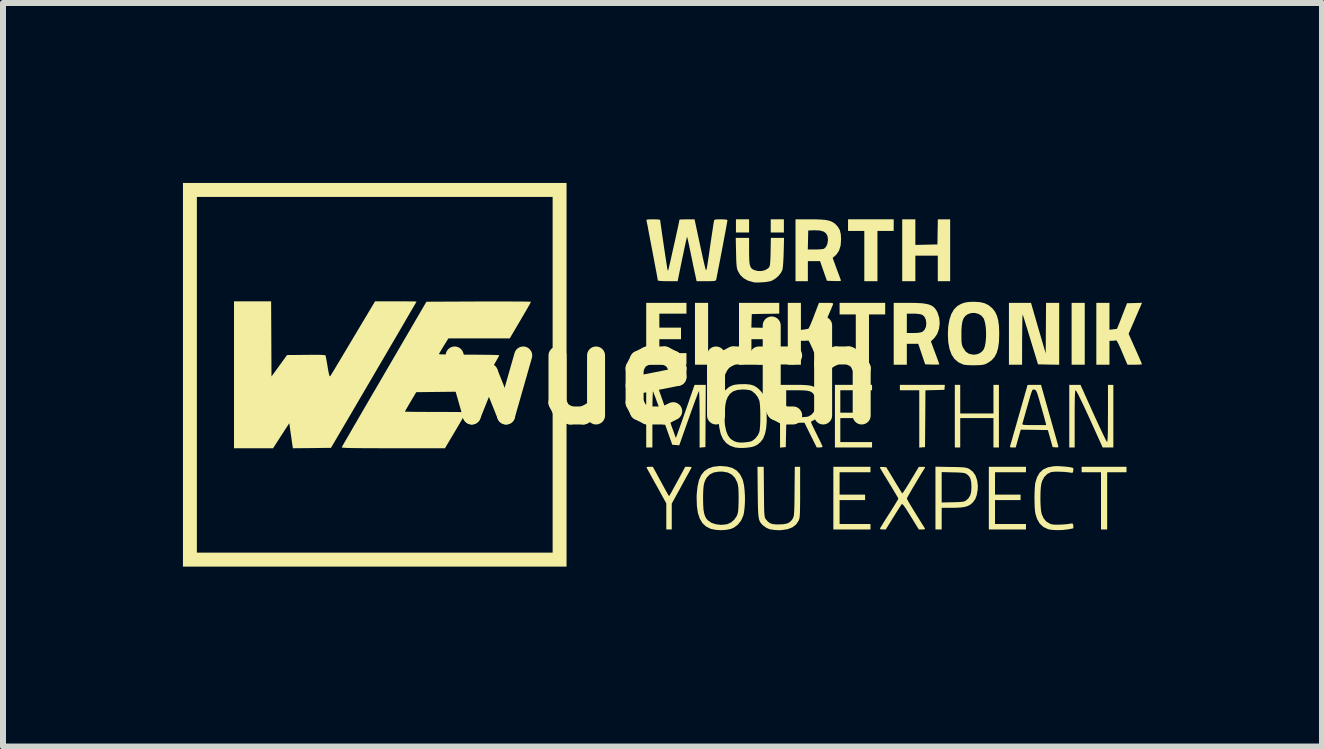
<source format=kicad_pcb>
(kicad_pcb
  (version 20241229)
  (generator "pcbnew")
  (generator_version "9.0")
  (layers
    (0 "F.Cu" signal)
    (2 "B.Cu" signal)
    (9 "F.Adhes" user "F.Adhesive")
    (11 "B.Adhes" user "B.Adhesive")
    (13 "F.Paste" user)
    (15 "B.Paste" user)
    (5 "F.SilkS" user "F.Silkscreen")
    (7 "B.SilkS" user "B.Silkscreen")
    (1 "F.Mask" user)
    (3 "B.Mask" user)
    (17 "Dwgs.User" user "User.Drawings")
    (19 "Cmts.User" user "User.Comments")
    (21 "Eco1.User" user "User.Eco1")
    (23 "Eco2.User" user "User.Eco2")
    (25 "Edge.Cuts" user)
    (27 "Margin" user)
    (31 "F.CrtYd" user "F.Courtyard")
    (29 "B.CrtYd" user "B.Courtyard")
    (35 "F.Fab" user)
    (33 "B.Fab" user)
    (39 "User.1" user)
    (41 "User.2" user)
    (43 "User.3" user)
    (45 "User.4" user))
  (footprint "wuerth"
    (layer "F.Cu")
    (at 7.994 3.198)
    (property "Reference" "wuerth" (at 0 0 0) (layer "F.SilkS") (effects (font (size 1.5 1.5) (thickness 0.3))))
    (attr board_only exclude_from_pos_files exclude_from_bom)
    (fp_poly (pts (xy 1.444 -2.482) (xy 1.444 -2.372) (xy 1.334 -2.372) (xy 1.225 -2.372) (xy 1.225 -2.482) (xy 1.225 -2.592) (xy 1.334 -2.592) (xy 1.444 -2.592)) (stroke (width 0) (type solid)) (fill yes) (layer "F.SilkS"))
    (fp_poly (pts (xy 2.024 -2.482) (xy 2.024 -2.372) (xy 1.915 -2.372) (xy 1.805 -2.372) (xy 1.805 -2.482) (xy 1.805 -2.592) (xy 1.915 -2.592) (xy 2.024 -2.592)) (stroke (width 0) (type solid)) (fill yes) (layer "F.SilkS"))
    (fp_poly (pts (xy 7.04 -0.683) (xy 7.04 -0.168) (xy 6.93 -0.168) (xy 6.821 -0.168) (xy 6.821 -0.683) (xy 6.821 -1.199) (xy 6.93 -1.199) (xy 7.04 -1.199)) (stroke (width 0) (type solid)) (fill yes) (layer "F.SilkS"))
    (fp_poly (pts (xy 0.761 -0.78) (xy 0.761 -0.361) (xy 0.948 -0.361) (xy 1.135 -0.361) (xy 1.135 -0.264) (xy 1.135 -0.168) (xy 0.838 -0.168) (xy 0.542 -0.168) (xy 0.542 -0.683) (xy 0.542 -1.199) (xy 0.651 -1.199) (xy 0.761 -1.199)) (stroke (width 0) (type solid)) (fill yes) (layer "F.SilkS"))
    (fp_poly (pts (xy 3.713 -1.102) (xy 3.713 -1.006) (xy 3.578 -1.006) (xy 3.443 -1.006) (xy 3.443 -0.587) (xy 3.443 -0.168) (xy 3.333 -0.168) (xy 3.223 -0.168) (xy 3.223 -0.587) (xy 3.223 -1.006) (xy 3.088 -1.006) (xy 2.953 -1.006) (xy 2.953 -1.102) (xy 2.953 -1.199) (xy 3.333 -1.199) (xy 3.713 -1.199)) (stroke (width 0) (type solid)) (fill yes) (layer "F.SilkS"))
    (fp_poly (pts (xy 3.855 -2.495) (xy 3.855 -2.398) (xy 3.72 -2.398) (xy 3.584 -2.398) (xy 3.584 -1.979) (xy 3.584 -1.56) (xy 3.475 -1.56) (xy 3.365 -1.56) (xy 3.365 -1.979) (xy 3.365 -2.398) (xy 3.23 -2.398) (xy 3.094 -2.398) (xy 3.094 -2.495) (xy 3.094 -2.592) (xy 3.475 -2.592) (xy 3.855 -2.592)) (stroke (width 0) (type solid)) (fill yes) (layer "F.SilkS"))
    (fp_poly (pts (xy 4.704 0.21) (xy 4.7 0.251) (xy 4.542 0.255) (xy 4.384 0.259) (xy 4.381 0.732) (xy 4.377 1.206) (xy 4.329 1.21) (xy 4.281 1.214) (xy 4.281 0.736) (xy 4.281 0.258) (xy 4.119 0.258) (xy 3.958 0.258) (xy 3.958 0.213) (xy 3.958 0.168) (xy 4.333 0.168) (xy 4.708 0.168)) (stroke (width 0) (type solid)) (fill yes) (layer "F.SilkS"))
    (fp_poly (pts (xy 7.736 1.579) (xy 7.736 1.625) (xy 7.575 1.625) (xy 7.414 1.625) (xy 7.414 2.102) (xy 7.414 2.579) (xy 7.362 2.579) (xy 7.311 2.579) (xy 7.311 2.102) (xy 7.311 1.625) (xy 7.149 1.625) (xy 6.988 1.625) (xy 6.988 1.579) (xy 6.988 1.534) (xy 7.362 1.534) (xy 7.736 1.534)) (stroke (width 0) (type solid)) (fill yes) (layer "F.SilkS"))
    (fp_poly (pts (xy -1.599 0) (xy -1.599 3.198) (xy -4.796 3.198) (xy -7.994 3.198) (xy -7.994 0) (xy -7.762 0) (xy -7.762 2.965) (xy -4.796 2.965) (xy -1.831 2.965) (xy -1.831 0) (xy -1.831 -2.965) (xy -4.796 -2.965) (xy -7.762 -2.965) (xy -7.762 0) (xy -7.994 0) (xy -7.994 -3.198) (xy -4.796 -3.198) (xy -1.599 -3.198)) (stroke (width 0) (type solid)) (fill yes) (layer "F.SilkS"))
    (fp_poly (pts (xy 0.4 -1.109) (xy 0.4 -1.019) (xy 0.174 -1.019) (xy -0.052 -1.019) (xy -0.052 -0.903) (xy -0.052 -0.786) (xy 0.129 -0.786) (xy 0.309 -0.786) (xy 0.309 -0.69) (xy 0.309 -0.593) (xy 0.129 -0.593) (xy -0.052 -0.593) (xy -0.052 -0.477) (xy -0.052 -0.361) (xy 0.174 -0.361) (xy 0.4 -0.361) (xy 0.4 -0.264) (xy 0.4 -0.168) (xy 0.064 -0.168) (xy -0.271 -0.168) (xy -0.271 -0.683) (xy -0.271 -1.199) (xy 0.064 -1.199) (xy 0.4 -1.199)) (stroke (width 0) (type solid)) (fill yes) (layer "F.SilkS"))
    (fp_poly (pts (xy 1.947 -1.109) (xy 1.947 -1.019) (xy 1.718 -1.016) (xy 1.489 -1.012) (xy 1.485 -0.9) (xy 1.482 -0.787) (xy 1.666 -0.784) (xy 1.85 -0.78) (xy 1.854 -0.687) (xy 1.858 -0.593) (xy 1.67 -0.593) (xy 1.483 -0.593) (xy 1.483 -0.477) (xy 1.483 -0.362) (xy 1.712 -0.358) (xy 1.94 -0.355) (xy 1.944 -0.261) (xy 1.948 -0.168) (xy 1.612 -0.168) (xy 1.276 -0.168) (xy 1.276 -0.683) (xy 1.276 -1.199) (xy 1.612 -1.199) (xy 1.947 -1.199)) (stroke (width 0) (type solid)) (fill yes) (layer "F.SilkS"))
    (fp_poly (pts (xy 3.468 1.579) (xy 3.468 1.625) (xy 3.21 1.625) (xy 2.953 1.625) (xy 2.953 1.812) (xy 2.953 1.998) (xy 3.165 1.998) (xy 3.378 1.998) (xy 3.378 2.044) (xy 3.378 2.089) (xy 3.165 2.089) (xy 2.953 2.089) (xy 2.953 2.289) (xy 2.953 2.488) (xy 3.21 2.488) (xy 3.468 2.488) (xy 3.468 2.534) (xy 3.468 2.579) (xy 3.159 2.579) (xy 2.849 2.579) (xy 2.849 2.056) (xy 2.849 1.534) (xy 3.159 1.534) (xy 3.468 1.534)) (stroke (width 0) (type solid)) (fill yes) (layer "F.SilkS"))
    (fp_poly (pts (xy 3.494 0.213) (xy 3.494 0.258) (xy 3.23 0.258) (xy 2.965 0.258) (xy 2.965 0.445) (xy 2.965 0.632) (xy 3.185 0.632) (xy 3.404 0.632) (xy 3.404 0.677) (xy 3.404 0.722) (xy 3.185 0.722) (xy 2.965 0.722) (xy 2.965 0.922) (xy 2.965 1.122) (xy 3.23 1.122) (xy 3.494 1.122) (xy 3.494 1.167) (xy 3.494 1.212) (xy 3.185 1.212) (xy 2.875 1.212) (xy 2.875 0.69) (xy 2.875 0.168) (xy 3.185 0.168) (xy 3.494 0.168)) (stroke (width 0) (type solid)) (fill yes) (layer "F.SilkS"))
    (fp_poly (pts (xy 4.216 -2.378) (xy 4.216 -2.165) (xy 4.4 -2.169) (xy 4.584 -2.173) (xy 4.587 -2.382) (xy 4.591 -2.592) (xy 4.694 -2.592) (xy 4.796 -2.592) (xy 4.796 -2.076) (xy 4.796 -1.56) (xy 4.693 -1.56) (xy 4.59 -1.56) (xy 4.59 -1.773) (xy 4.59 -1.986) (xy 4.403 -1.986) (xy 4.216 -1.986) (xy 4.216 -1.773) (xy 4.216 -1.56) (xy 4.107 -1.56) (xy 3.997 -1.56) (xy 3.997 -2.076) (xy 3.997 -2.592) (xy 4.107 -2.592) (xy 4.216 -2.592)) (stroke (width 0) (type solid)) (fill yes) (layer "F.SilkS"))
    (fp_poly (pts (xy 4.964 0.406) (xy 4.964 0.645) (xy 5.241 0.645) (xy 5.518 0.645) (xy 5.518 0.406) (xy 5.518 0.168) (xy 5.564 0.168) (xy 5.609 0.168) (xy 5.609 0.69) (xy 5.609 1.212) (xy 5.564 1.212) (xy 5.518 1.212) (xy 5.518 0.967) (xy 5.518 0.722) (xy 5.241 0.722) (xy 4.964 0.722) (xy 4.964 0.967) (xy 4.964 1.212) (xy 4.919 1.212) (xy 4.874 1.212) (xy 4.874 0.69) (xy 4.874 0.168) (xy 4.919 0.168) (xy 4.964 0.168)) (stroke (width 0) (type solid)) (fill yes) (layer "F.SilkS"))
    (fp_poly (pts (xy 6.06 1.579) (xy 6.06 1.625) (xy 5.802 1.625) (xy 5.544 1.625) (xy 5.544 1.812) (xy 5.544 1.998) (xy 5.757 1.998) (xy 5.97 1.998) (xy 5.97 2.044) (xy 5.97 2.089) (xy 5.757 2.089) (xy 5.544 2.089) (xy 5.544 2.289) (xy 5.544 2.488) (xy 5.802 2.488) (xy 6.06 2.488) (xy 6.06 2.534) (xy 6.06 2.579) (xy 5.75 2.579) (xy 5.441 2.579) (xy 5.441 2.056) (xy 5.441 1.534) (xy 5.75 1.534) (xy 6.06 1.534)) (stroke (width 0) (type solid)) (fill yes) (layer "F.SilkS"))
    (fp_poly (pts (xy 6.614 -0.683) (xy 6.614 -0.167) (xy 6.438 -0.17) (xy 6.261 -0.174) (xy 6.137 -0.58) (xy 6.107 -0.679) (xy 6.079 -0.77) (xy 6.054 -0.85) (xy 6.034 -0.917) (xy 6.018 -0.967) (xy 6.008 -0.998) (xy 6.005 -1.006) (xy 6.004 -0.998) (xy 6.002 -0.967) (xy 6 -0.917) (xy 5.999 -0.848) (xy 5.998 -0.766) (xy 5.997 -0.671) (xy 5.996 -0.596) (xy 5.995 -0.168) (xy 5.886 -0.168) (xy 5.776 -0.168) (xy 5.776 -0.683) (xy 5.776 -1.199) (xy 5.96 -1.199) (xy 6.144 -1.199) (xy 6.266 -0.777) (xy 6.389 -0.356) (xy 6.392 -0.777) (xy 6.395 -1.199) (xy 6.505 -1.199) (xy 6.614 -1.199)) (stroke (width 0) (type solid)) (fill yes) (layer "F.SilkS"))
    (fp_poly (pts (xy -0.027 1.779) (xy 0.012 1.851) (xy 0.047 1.915) (xy 0.076 1.967) (xy 0.097 2.004) (xy 0.109 2.022) (xy 0.11 2.024) (xy 0.117 2.013) (xy 0.135 1.983) (xy 0.161 1.937) (xy 0.193 1.877) (xy 0.231 1.809) (xy 0.247 1.779) (xy 0.38 1.534) (xy 0.436 1.534) (xy 0.468 1.536) (xy 0.485 1.541) (xy 0.486 1.544) (xy 0.479 1.557) (xy 0.461 1.59) (xy 0.434 1.64) (xy 0.399 1.703) (xy 0.359 1.776) (xy 0.318 1.851) (xy 0.155 2.148) (xy 0.155 2.364) (xy 0.155 2.579) (xy 0.11 2.579) (xy 0.064 2.579) (xy 0.064 2.361) (xy 0.064 2.144) (xy -0.088 1.867) (xy -0.132 1.789) (xy -0.172 1.717) (xy -0.206 1.655) (xy -0.233 1.606) (xy -0.251 1.573) (xy -0.257 1.563) (xy -0.264 1.545) (xy -0.259 1.537) (xy -0.235 1.534) (xy -0.216 1.534) (xy -0.16 1.534)) (stroke (width 0) (type solid)) (fill yes) (layer "F.SilkS"))
    (fp_poly (pts (xy 7.517 0.69) (xy 7.517 1.212) (xy 7.428 1.212) (xy 7.339 1.212) (xy 7.123 0.735) (xy 7.073 0.626) (xy 7.027 0.527) (xy 6.985 0.44) (xy 6.95 0.368) (xy 6.922 0.312) (xy 6.901 0.275) (xy 6.89 0.258) (xy 6.889 0.258) (xy 6.884 0.262) (xy 6.881 0.277) (xy 6.878 0.305) (xy 6.876 0.347) (xy 6.874 0.407) (xy 6.873 0.485) (xy 6.872 0.584) (xy 6.872 0.707) (xy 6.872 0.735) (xy 6.872 1.212) (xy 6.827 1.212) (xy 6.782 1.212) (xy 6.782 0.69) (xy 6.782 0.168) (xy 6.875 0.168) (xy 6.969 0.168) (xy 7.182 0.641) (xy 7.229 0.744) (xy 7.273 0.839) (xy 7.313 0.925) (xy 7.348 0.998) (xy 7.376 1.056) (xy 7.397 1.097) (xy 7.409 1.117) (xy 7.411 1.119) (xy 7.415 1.115) (xy 7.418 1.099) (xy 7.421 1.069) (xy 7.423 1.022) (xy 7.425 0.958) (xy 7.426 0.874) (xy 7.426 0.768) (xy 7.427 0.646) (xy 7.427 0.168) (xy 7.472 0.168) (xy 7.517 0.168)) (stroke (width 0) (type solid)) (fill yes) (layer "F.SilkS"))
    (fp_poly (pts (xy 7.977 -1.158) (xy 7.966 -1.132) (xy 7.946 -1.088) (xy 7.921 -1.029) (xy 7.891 -0.961) (xy 7.865 -0.899) (xy 7.771 -0.683) (xy 7.882 -0.434) (xy 7.915 -0.36) (xy 7.945 -0.293) (xy 7.968 -0.238) (xy 7.985 -0.199) (xy 7.993 -0.178) (xy 7.994 -0.176) (xy 7.982 -0.172) (xy 7.95 -0.17) (xy 7.903 -0.168) (xy 7.873 -0.168) (xy 7.752 -0.168) (xy 7.664 -0.374) (xy 7.63 -0.455) (xy 7.603 -0.513) (xy 7.583 -0.551) (xy 7.569 -0.57) (xy 7.559 -0.574) (xy 7.534 -0.569) (xy 7.498 -0.567) (xy 7.496 -0.567) (xy 7.452 -0.567) (xy 7.452 -0.367) (xy 7.452 -0.168) (xy 7.343 -0.168) (xy 7.233 -0.168) (xy 7.233 -0.683) (xy 7.233 -1.199) (xy 7.343 -1.199) (xy 7.452 -1.199) (xy 7.452 -0.975) (xy 7.452 -0.751) (xy 7.514 -0.758) (xy 7.55 -0.762) (xy 7.573 -0.765) (xy 7.577 -0.766) (xy 7.582 -0.778) (xy 7.595 -0.81) (xy 7.615 -0.858) (xy 7.639 -0.919) (xy 7.662 -0.98) (xy 7.745 -1.193) (xy 7.87 -1.196) (xy 7.995 -1.2)) (stroke (width 0) (type solid)) (fill yes) (layer "F.SilkS"))
    (fp_poly (pts (xy 1.444 -2.069) (xy 1.445 -1.973) (xy 1.448 -1.9) (xy 1.454 -1.845) (xy 1.465 -1.806) (xy 1.48 -1.779) (xy 1.502 -1.76) (xy 1.527 -1.747) (xy 1.59 -1.73) (xy 1.655 -1.73) (xy 1.715 -1.746) (xy 1.762 -1.775) (xy 1.779 -1.795) (xy 1.787 -1.813) (xy 1.793 -1.842) (xy 1.797 -1.887) (xy 1.8 -1.95) (xy 1.803 -2.034) (xy 1.803 -2.053) (xy 1.807 -2.282) (xy 1.917 -2.282) (xy 2.027 -2.282) (xy 2.021 -2.04) (xy 2.018 -1.958) (xy 2.014 -1.882) (xy 2.009 -1.818) (xy 2.003 -1.771) (xy 1.999 -1.747) (xy 1.973 -1.696) (xy 1.93 -1.644) (xy 1.877 -1.599) (xy 1.822 -1.568) (xy 1.805 -1.562) (xy 1.76 -1.552) (xy 1.7 -1.544) (xy 1.635 -1.54) (xy 1.574 -1.538) (xy 1.528 -1.541) (xy 1.521 -1.542) (xy 1.426 -1.569) (xy 1.352 -1.61) (xy 1.295 -1.666) (xy 1.259 -1.728) (xy 1.249 -1.751) (xy 1.242 -1.777) (xy 1.237 -1.81) (xy 1.233 -1.855) (xy 1.23 -1.914) (xy 1.228 -1.994) (xy 1.227 -2.034) (xy 1.222 -2.282) (xy 1.333 -2.282) (xy 1.444 -2.282)) (stroke (width 0) (type solid)) (fill yes) (layer "F.SilkS"))
    (fp_poly (pts (xy 2.308 -0.973) (xy 2.308 -0.748) (xy 2.363 -0.755) (xy 2.4 -0.761) (xy 2.427 -0.766) (xy 2.432 -0.767) (xy 2.44 -0.78) (xy 2.457 -0.813) (xy 2.478 -0.862) (xy 2.504 -0.924) (xy 2.527 -0.985) (xy 2.609 -1.199) (xy 2.73 -1.199) (xy 2.786 -1.199) (xy 2.821 -1.197) (xy 2.839 -1.193) (xy 2.845 -1.186) (xy 2.843 -1.174) (xy 2.843 -1.172) (xy 2.835 -1.153) (xy 2.819 -1.113) (xy 2.796 -1.059) (xy 2.767 -0.993) (xy 2.736 -0.92) (xy 2.733 -0.914) (xy 2.632 -0.683) (xy 2.736 -0.454) (xy 2.769 -0.382) (xy 2.798 -0.315) (xy 2.823 -0.259) (xy 2.841 -0.219) (xy 2.85 -0.197) (xy 2.851 -0.196) (xy 2.862 -0.167) (xy 2.737 -0.17) (xy 2.612 -0.174) (xy 2.527 -0.374) (xy 2.499 -0.44) (xy 2.473 -0.496) (xy 2.453 -0.539) (xy 2.438 -0.565) (xy 2.433 -0.571) (xy 2.416 -0.569) (xy 2.382 -0.567) (xy 2.366 -0.567) (xy 2.308 -0.567) (xy 2.308 -0.367) (xy 2.308 -0.168) (xy 2.198 -0.168) (xy 2.089 -0.168) (xy 2.089 -0.683) (xy 2.089 -1.199) (xy 2.198 -1.199) (xy 2.308 -1.199)) (stroke (width 0) (type solid)) (fill yes) (layer "F.SilkS"))
    (fp_poly (pts (xy 4.222 -1.198) (xy 4.318 -1.193) (xy 4.393 -1.183) (xy 4.453 -1.168) (xy 4.499 -1.146) (xy 4.535 -1.117) (xy 4.564 -1.078) (xy 4.587 -1.034) (xy 4.614 -0.948) (xy 4.622 -0.857) (xy 4.611 -0.768) (xy 4.582 -0.685) (xy 4.536 -0.616) (xy 4.519 -0.599) (xy 4.475 -0.557) (xy 4.545 -0.368) (xy 4.569 -0.304) (xy 4.59 -0.247) (xy 4.606 -0.204) (xy 4.614 -0.179) (xy 4.616 -0.173) (xy 4.604 -0.171) (xy 4.572 -0.17) (xy 4.526 -0.17) (xy 4.498 -0.17) (xy 4.38 -0.174) (xy 4.322 -0.345) (xy 4.264 -0.516) (xy 4.169 -0.516) (xy 4.074 -0.516) (xy 4.074 -0.342) (xy 4.074 -0.168) (xy 3.965 -0.168) (xy 3.855 -0.168) (xy 3.855 -0.683) (xy 3.855 -0.857) (xy 4.074 -0.857) (xy 4.074 -0.696) (xy 4.185 -0.696) (xy 4.258 -0.699) (xy 4.31 -0.708) (xy 4.331 -0.715) (xy 4.368 -0.748) (xy 4.392 -0.799) (xy 4.399 -0.857) (xy 4.39 -0.92) (xy 4.366 -0.97) (xy 4.331 -1) (xy 4.292 -1.011) (xy 4.231 -1.018) (xy 4.185 -1.019) (xy 4.074 -1.019) (xy 4.074 -0.857) (xy 3.855 -0.857) (xy 3.855 -1.199) (xy 4.104 -1.199)) (stroke (width 0) (type solid)) (fill yes) (layer "F.SilkS"))
    (fp_poly (pts (xy 4.806 1.537) (xy 4.894 1.538) (xy 4.961 1.54) (xy 5.011 1.543) (xy 5.047 1.547) (xy 5.073 1.553) (xy 5.095 1.56) (xy 5.115 1.57) (xy 5.175 1.616) (xy 5.219 1.68) (xy 5.247 1.761) (xy 5.258 1.854) (xy 5.255 1.918) (xy 5.24 2.004) (xy 5.215 2.072) (xy 5.176 2.126) (xy 5.155 2.146) (xy 5.119 2.173) (xy 5.078 2.192) (xy 5.029 2.205) (xy 4.967 2.213) (xy 4.886 2.217) (xy 4.823 2.218) (xy 4.655 2.218) (xy 4.655 2.398) (xy 4.655 2.579) (xy 4.603 2.579) (xy 4.551 2.579) (xy 4.551 2.055) (xy 4.551 1.876) (xy 4.655 1.876) (xy 4.655 2.129) (xy 4.841 2.125) (xy 4.915 2.123) (xy 4.969 2.12) (xy 5.006 2.116) (xy 5.032 2.111) (xy 5.051 2.102) (xy 5.063 2.094) (xy 5.104 2.056) (xy 5.131 2.01) (xy 5.146 1.953) (xy 5.151 1.877) (xy 5.151 1.87) (xy 5.147 1.793) (xy 5.135 1.736) (xy 5.113 1.694) (xy 5.078 1.66) (xy 5.071 1.655) (xy 5.053 1.646) (xy 5.029 1.638) (xy 4.995 1.633) (xy 4.947 1.63) (xy 4.879 1.627) (xy 4.845 1.627) (xy 4.655 1.622) (xy 4.655 1.876) (xy 4.551 1.876) (xy 4.551 1.532)) (stroke (width 0) (type solid)) (fill yes) (layer "F.SilkS"))
    (fp_poly (pts (xy 2.568 -2.591) (xy 2.654 -2.587) (xy 2.721 -2.581) (xy 2.774 -2.57) (xy 2.817 -2.555) (xy 2.854 -2.534) (xy 2.884 -2.511) (xy 2.928 -2.463) (xy 2.957 -2.41) (xy 2.973 -2.344) (xy 2.978 -2.26) (xy 2.978 -2.256) (xy 2.97 -2.154) (xy 2.944 -2.071) (xy 2.901 -2.005) (xy 2.877 -1.983) (xy 2.837 -1.949) (xy 2.9 -1.777) (xy 2.924 -1.713) (xy 2.945 -1.657) (xy 2.961 -1.613) (xy 2.971 -1.586) (xy 2.973 -1.582) (xy 2.975 -1.571) (xy 2.968 -1.565) (xy 2.949 -1.562) (xy 2.912 -1.562) (xy 2.862 -1.563) (xy 2.742 -1.567) (xy 2.684 -1.731) (xy 2.627 -1.895) (xy 2.525 -1.895) (xy 2.424 -1.895) (xy 2.424 -1.728) (xy 2.424 -1.56) (xy 2.321 -1.56) (xy 2.218 -1.56) (xy 2.218 -2.076) (xy 2.218 -2.089) (xy 2.423 -2.089) (xy 2.547 -2.089) (xy 2.603 -2.09) (xy 2.652 -2.094) (xy 2.686 -2.099) (xy 2.695 -2.102) (xy 2.727 -2.133) (xy 2.749 -2.182) (xy 2.759 -2.243) (xy 2.759 -2.254) (xy 2.751 -2.315) (xy 2.725 -2.36) (xy 2.681 -2.39) (xy 2.617 -2.406) (xy 2.531 -2.409) (xy 2.521 -2.409) (xy 2.43 -2.405) (xy 2.427 -2.247) (xy 2.423 -2.089) (xy 2.218 -2.089) (xy 2.218 -2.592) (xy 2.46 -2.592)) (stroke (width 0) (type solid)) (fill yes) (layer "F.SilkS"))
    (fp_poly (pts (xy -0.179 0.17) (xy -0.087 0.174) (xy 0.067 0.612) (xy 0.102 0.712) (xy 0.134 0.805) (xy 0.163 0.887) (xy 0.188 0.955) (xy 0.206 1.008) (xy 0.219 1.041) (xy 0.223 1.053) (xy 0.228 1.042) (xy 0.24 1.009) (xy 0.259 0.957) (xy 0.283 0.889) (xy 0.312 0.808) (xy 0.345 0.715) (xy 0.38 0.614) (xy 0.381 0.612) (xy 0.535 0.168) (xy 0.629 0.168) (xy 0.722 0.168) (xy 0.719 0.687) (xy 0.716 1.206) (xy 0.667 1.21) (xy 0.619 1.214) (xy 0.619 0.742) (xy 0.619 0.635) (xy 0.618 0.536) (xy 0.617 0.449) (xy 0.615 0.376) (xy 0.613 0.32) (xy 0.611 0.284) (xy 0.609 0.271) (xy 0.609 0.271) (xy 0.603 0.283) (xy 0.589 0.316) (xy 0.569 0.369) (xy 0.543 0.437) (xy 0.513 0.52) (xy 0.479 0.613) (xy 0.443 0.715) (xy 0.44 0.723) (xy 0.28 1.175) (xy 0.222 1.171) (xy 0.164 1.167) (xy 0.007 0.726) (xy -0.029 0.625) (xy -0.062 0.531) (xy -0.093 0.448) (xy -0.118 0.378) (xy -0.139 0.324) (xy -0.152 0.289) (xy -0.158 0.276) (xy -0.16 0.286) (xy -0.162 0.319) (xy -0.164 0.373) (xy -0.166 0.444) (xy -0.167 0.529) (xy -0.167 0.627) (xy -0.168 0.734) (xy -0.168 0.739) (xy -0.168 1.212) (xy -0.219 1.212) (xy -0.271 1.212) (xy -0.271 0.689) (xy -0.271 0.166)) (stroke (width 0) (type solid)) (fill yes) (layer "F.SilkS"))
    (fp_poly (pts (xy 1.692 1.952) (xy 1.693 2.068) (xy 1.694 2.16) (xy 1.695 2.232) (xy 1.697 2.287) (xy 1.7 2.327) (xy 1.703 2.356) (xy 1.707 2.376) (xy 1.712 2.391) (xy 1.719 2.402) (xy 1.722 2.406) (xy 1.755 2.446) (xy 1.789 2.472) (xy 1.829 2.487) (xy 1.883 2.494) (xy 1.938 2.495) (xy 2.018 2.491) (xy 2.078 2.479) (xy 2.123 2.456) (xy 2.158 2.42) (xy 2.172 2.398) (xy 2.179 2.384) (xy 2.185 2.368) (xy 2.19 2.348) (xy 2.193 2.319) (xy 2.196 2.28) (xy 2.198 2.228) (xy 2.2 2.158) (xy 2.201 2.07) (xy 2.202 1.958) (xy 2.202 1.944) (xy 2.206 1.534) (xy 2.251 1.534) (xy 2.295 1.534) (xy 2.295 1.957) (xy 2.295 2.074) (xy 2.294 2.168) (xy 2.293 2.242) (xy 2.292 2.299) (xy 2.289 2.343) (xy 2.286 2.375) (xy 2.282 2.399) (xy 2.276 2.417) (xy 2.271 2.431) (xy 2.228 2.496) (xy 2.165 2.544) (xy 2.083 2.575) (xy 1.982 2.59) (xy 1.935 2.591) (xy 1.877 2.588) (xy 1.821 2.581) (xy 1.779 2.572) (xy 1.732 2.551) (xy 1.687 2.52) (xy 1.677 2.511) (xy 1.655 2.49) (xy 1.638 2.469) (xy 1.624 2.447) (xy 1.613 2.42) (xy 1.605 2.385) (xy 1.599 2.34) (xy 1.595 2.282) (xy 1.592 2.208) (xy 1.59 2.115) (xy 1.589 2) (xy 1.588 1.957) (xy 1.584 1.534) (xy 1.636 1.534) (xy 1.688 1.534)) (stroke (width 0) (type solid)) (fill yes) (layer "F.SilkS"))
    (fp_poly (pts (xy 2.195 0.168) (xy 2.295 0.168) (xy 2.373 0.171) (xy 2.433 0.176) (xy 2.479 0.184) (xy 2.515 0.196) (xy 2.545 0.212) (xy 2.571 0.233) (xy 2.614 0.279) (xy 2.642 0.332) (xy 2.656 0.397) (xy 2.66 0.47) (xy 2.652 0.569) (xy 2.626 0.65) (xy 2.584 0.712) (xy 2.527 0.755) (xy 2.513 0.761) (xy 2.487 0.775) (xy 2.476 0.788) (xy 2.476 0.788) (xy 2.481 0.803) (xy 2.496 0.837) (xy 2.519 0.885) (xy 2.548 0.945) (xy 2.572 0.993) (xy 2.604 1.058) (xy 2.632 1.115) (xy 2.653 1.16) (xy 2.666 1.19) (xy 2.669 1.199) (xy 2.658 1.207) (xy 2.629 1.212) (xy 2.62 1.212) (xy 2.572 1.212) (xy 2.469 1.006) (xy 2.367 0.799) (xy 2.215 0.799) (xy 2.064 0.799) (xy 2.06 1.002) (xy 2.056 1.206) (xy 2.008 1.21) (xy 1.96 1.214) (xy 1.96 0.691) (xy 1.96 0.484) (xy 2.063 0.484) (xy 2.063 0.709) (xy 2.23 0.709) (xy 2.296 0.708) (xy 2.356 0.705) (xy 2.403 0.701) (xy 2.432 0.696) (xy 2.433 0.695) (xy 2.488 0.662) (xy 2.529 0.611) (xy 2.555 0.547) (xy 2.564 0.476) (xy 2.554 0.403) (xy 2.533 0.346) (xy 2.513 0.314) (xy 2.488 0.291) (xy 2.455 0.275) (xy 2.408 0.265) (xy 2.345 0.26) (xy 2.261 0.258) (xy 2.247 0.258) (xy 2.063 0.258) (xy 2.063 0.484) (xy 1.96 0.484) (xy 1.96 0.168)) (stroke (width 0) (type solid)) (fill yes) (layer "F.SilkS"))
    (fp_poly (pts (xy -6.521 -0.598) (xy -6.518 0.028) (xy -6.388 -0.15) (xy -6.259 -0.329) (xy -5.94 -0.332) (xy -5.836 -0.333) (xy -5.756 -0.333) (xy -5.696 -0.332) (xy -5.655 -0.33) (xy -5.629 -0.326) (xy -5.617 -0.322) (xy -5.616 -0.319) (xy -5.612 -0.301) (xy -5.605 -0.263) (xy -5.595 -0.209) (xy -5.584 -0.146) (xy -5.582 -0.13) (xy -5.57 -0.061) (xy -5.56 -0.014) (xy -5.553 0.013) (xy -5.546 0.025) (xy -5.539 0.023) (xy -5.536 0.02) (xy -5.527 0.005) (xy -5.506 -0.03) (xy -5.473 -0.083) (xy -5.432 -0.152) (xy -5.382 -0.235) (xy -5.326 -0.329) (xy -5.264 -0.433) (xy -5.197 -0.545) (xy -5.156 -0.614) (xy -4.791 -1.225) (xy -4.446 -1.225) (xy -4.354 -1.225) (xy -4.272 -1.224) (xy -4.202 -1.223) (xy -4.148 -1.223) (xy -4.113 -1.221) (xy -4.1 -1.22) (xy -4.1 -1.22) (xy -4.106 -1.209) (xy -4.125 -1.176) (xy -4.155 -1.125) (xy -4.196 -1.055) (xy -4.246 -0.969) (xy -4.305 -0.867) (xy -4.372 -0.752) (xy -4.446 -0.625) (xy -4.527 -0.487) (xy -4.613 -0.34) (xy -4.704 -0.185) (xy -4.799 -0.023) (xy -4.813 0.002) (xy -5.526 1.218) (xy -5.844 1.222) (xy -6.161 1.225) (xy -6.17 1.17) (xy -6.175 1.135) (xy -6.182 1.082) (xy -6.191 1.019) (xy -6.2 0.961) (xy -6.221 0.807) (xy -6.357 1.016) (xy -6.492 1.225) (xy -6.817 1.225) (xy -7.143 1.225) (xy -7.143 0) (xy -7.143 -1.225) (xy -6.834 -1.225) (xy -6.524 -1.225)) (stroke (width 0) (type solid)) (fill yes) (layer "F.SilkS"))
    (fp_poly (pts (xy 6.653 1.526) (xy 6.715 1.531) (xy 6.772 1.537) (xy 6.817 1.545) (xy 6.844 1.553) (xy 6.846 1.553) (xy 6.851 1.569) (xy 6.849 1.598) (xy 6.849 1.599) (xy 6.842 1.627) (xy 6.829 1.635) (xy 6.809 1.632) (xy 6.76 1.625) (xy 6.697 1.619) (xy 6.63 1.616) (xy 6.565 1.615) (xy 6.511 1.618) (xy 6.477 1.623) (xy 6.416 1.653) (xy 6.366 1.703) (xy 6.33 1.769) (xy 6.317 1.813) (xy 6.308 1.871) (xy 6.303 1.944) (xy 6.301 2.027) (xy 6.301 2.113) (xy 6.305 2.194) (xy 6.311 2.264) (xy 6.321 2.317) (xy 6.322 2.322) (xy 6.355 2.395) (xy 6.403 2.45) (xy 6.465 2.486) (xy 6.506 2.496) (xy 6.554 2.499) (xy 6.619 2.499) (xy 6.689 2.495) (xy 6.757 2.489) (xy 6.803 2.481) (xy 6.831 2.478) (xy 6.844 2.488) (xy 6.849 2.513) (xy 6.851 2.543) (xy 6.847 2.559) (xy 6.847 2.559) (xy 6.83 2.564) (xy 6.796 2.571) (xy 6.755 2.578) (xy 6.678 2.587) (xy 6.597 2.59) (xy 6.52 2.588) (xy 6.455 2.58) (xy 6.426 2.573) (xy 6.35 2.537) (xy 6.289 2.48) (xy 6.244 2.402) (xy 6.216 2.311) (xy 6.21 2.263) (xy 6.205 2.196) (xy 6.203 2.118) (xy 6.202 2.034) (xy 6.204 1.952) (xy 6.208 1.878) (xy 6.213 1.82) (xy 6.216 1.8) (xy 6.245 1.706) (xy 6.288 1.633) (xy 6.348 1.578) (xy 6.425 1.543) (xy 6.52 1.525) (xy 6.542 1.524) (xy 6.593 1.523)) (stroke (width 0) (type solid)) (fill yes) (layer "F.SilkS"))
    (fp_poly (pts (xy 1.08 1.53) (xy 1.168 1.555) (xy 1.24 1.599) (xy 1.295 1.662) (xy 1.336 1.745) (xy 1.343 1.769) (xy 1.359 1.837) (xy 1.369 1.924) (xy 1.375 2.021) (xy 1.375 2.121) (xy 1.369 2.216) (xy 1.359 2.298) (xy 1.348 2.346) (xy 1.311 2.43) (xy 1.257 2.499) (xy 1.189 2.549) (xy 1.136 2.571) (xy 1.058 2.586) (xy 0.97 2.591) (xy 0.884 2.585) (xy 0.808 2.569) (xy 0.802 2.567) (xy 0.728 2.53) (xy 0.668 2.475) (xy 0.623 2.4) (xy 0.591 2.306) (xy 0.574 2.191) (xy 0.57 2.063) (xy 0.677 2.063) (xy 0.679 2.166) (xy 0.684 2.248) (xy 0.695 2.311) (xy 0.711 2.361) (xy 0.734 2.401) (xy 0.76 2.429) (xy 0.817 2.468) (xy 0.89 2.492) (xy 0.972 2.502) (xy 1.056 2.495) (xy 1.089 2.487) (xy 1.145 2.46) (xy 1.197 2.415) (xy 1.236 2.359) (xy 1.252 2.32) (xy 1.261 2.277) (xy 1.266 2.21) (xy 1.269 2.122) (xy 1.27 2.063) (xy 1.269 1.979) (xy 1.267 1.916) (xy 1.263 1.868) (xy 1.256 1.83) (xy 1.247 1.797) (xy 1.246 1.794) (xy 1.209 1.719) (xy 1.156 1.664) (xy 1.087 1.629) (xy 1.002 1.614) (xy 0.935 1.615) (xy 0.854 1.629) (xy 0.792 1.659) (xy 0.745 1.705) (xy 0.738 1.714) (xy 0.716 1.752) (xy 0.7 1.792) (xy 0.688 1.84) (xy 0.682 1.901) (xy 0.678 1.978) (xy 0.677 2.063) (xy 0.57 2.063) (xy 0.569 2.055) (xy 0.571 1.992) (xy 0.584 1.864) (xy 0.608 1.758) (xy 0.645 1.674) (xy 0.696 1.609) (xy 0.762 1.563) (xy 0.843 1.534) (xy 0.942 1.522) (xy 0.973 1.521)) (stroke (width 0) (type solid)) (fill yes) (layer "F.SilkS"))
    (fp_poly (pts (xy 5.196 -1.217) (xy 5.294 -1.211) (xy 5.373 -1.192) (xy 5.439 -1.159) (xy 5.497 -1.11) (xy 5.505 -1.102) (xy 5.546 -1.048) (xy 5.576 -0.985) (xy 5.597 -0.909) (xy 5.61 -0.816) (xy 5.614 -0.703) (xy 5.614 -0.677) (xy 5.61 -0.552) (xy 5.596 -0.448) (xy 5.572 -0.364) (xy 5.536 -0.296) (xy 5.488 -0.242) (xy 5.427 -0.2) (xy 5.395 -0.183) (xy 5.366 -0.172) (xy 5.333 -0.165) (xy 5.291 -0.161) (xy 5.232 -0.159) (xy 5.209 -0.159) (xy 5.131 -0.159) (xy 5.067 -0.162) (xy 5.022 -0.169) (xy 5.013 -0.171) (xy 4.933 -0.209) (xy 4.868 -0.264) (xy 4.819 -0.338) (xy 4.785 -0.432) (xy 4.764 -0.546) (xy 4.758 -0.677) (xy 4.758 -0.683) (xy 4.984 -0.683) (xy 4.984 -0.611) (xy 4.985 -0.56) (xy 4.989 -0.522) (xy 4.995 -0.493) (xy 5.005 -0.466) (xy 5.016 -0.445) (xy 5.056 -0.386) (xy 5.11 -0.35) (xy 5.177 -0.336) (xy 5.19 -0.335) (xy 5.237 -0.341) (xy 5.282 -0.356) (xy 5.286 -0.358) (xy 5.323 -0.384) (xy 5.352 -0.418) (xy 5.354 -0.421) (xy 5.374 -0.472) (xy 5.387 -0.541) (xy 5.394 -0.622) (xy 5.395 -0.708) (xy 5.39 -0.792) (xy 5.378 -0.867) (xy 5.36 -0.928) (xy 5.356 -0.937) (xy 5.319 -0.984) (xy 5.268 -1.015) (xy 5.207 -1.031) (xy 5.144 -1.029) (xy 5.084 -1.007) (xy 5.082 -1.005) (xy 5.046 -0.977) (xy 5.019 -0.94) (xy 5.001 -0.89) (xy 4.99 -0.823) (xy 4.984 -0.737) (xy 4.984 -0.683) (xy 4.758 -0.683) (xy 4.764 -0.806) (xy 4.784 -0.919) (xy 4.816 -1.014) (xy 4.859 -1.089) (xy 4.913 -1.143) (xy 4.916 -1.146) (xy 4.973 -1.179) (xy 5.03 -1.201) (xy 5.095 -1.213) (xy 5.175 -1.217)) (stroke (width 0) (type solid)) (fill yes) (layer "F.SilkS"))
    (fp_poly (pts (xy 1.466 0.164) (xy 1.525 0.182) (xy 1.575 0.212) (xy 1.618 0.25) (xy 1.656 0.293) (xy 1.685 0.336) (xy 1.706 0.385) (xy 1.721 0.445) (xy 1.731 0.52) (xy 1.736 0.614) (xy 1.737 0.642) (xy 1.738 0.777) (xy 1.729 0.891) (xy 1.71 0.984) (xy 1.68 1.06) (xy 1.637 1.119) (xy 1.583 1.165) (xy 1.537 1.189) (xy 1.488 1.204) (xy 1.423 1.214) (xy 1.35 1.22) (xy 1.278 1.219) (xy 1.217 1.213) (xy 1.213 1.212) (xy 1.13 1.184) (xy 1.063 1.138) (xy 1.01 1.073) (xy 0.972 0.989) (xy 0.948 0.883) (xy 0.941 0.824) (xy 0.937 0.744) (xy 1.036 0.744) (xy 1.04 0.822) (xy 1.043 0.845) (xy 1.063 0.94) (xy 1.093 1.014) (xy 1.135 1.068) (xy 1.191 1.105) (xy 1.242 1.123) (xy 1.287 1.129) (xy 1.345 1.129) (xy 1.405 1.124) (xy 1.459 1.115) (xy 1.493 1.104) (xy 1.545 1.065) (xy 1.589 1.009) (xy 1.614 0.958) (xy 1.621 0.923) (xy 1.626 0.868) (xy 1.63 0.8) (xy 1.631 0.723) (xy 1.631 0.644) (xy 1.629 0.568) (xy 1.625 0.502) (xy 1.619 0.451) (xy 1.614 0.429) (xy 1.587 0.37) (xy 1.546 0.317) (xy 1.498 0.276) (xy 1.474 0.262) (xy 1.44 0.254) (xy 1.39 0.247) (xy 1.338 0.245) (xy 1.248 0.253) (xy 1.177 0.277) (xy 1.123 0.319) (xy 1.083 0.38) (xy 1.063 0.433) (xy 1.05 0.493) (xy 1.041 0.571) (xy 1.036 0.657) (xy 1.036 0.744) (xy 0.937 0.744) (xy 0.936 0.728) (xy 0.937 0.627) (xy 0.944 0.53) (xy 0.957 0.443) (xy 0.967 0.397) (xy 0.998 0.325) (xy 1.046 0.259) (xy 1.104 0.208) (xy 1.128 0.194) (xy 1.171 0.175) (xy 1.217 0.164) (xy 1.277 0.158) (xy 1.301 0.157) (xy 1.393 0.156)) (stroke (width 0) (type solid)) (fill yes) (layer "F.SilkS"))
    (fp_poly (pts (xy 6.311 0.168) (xy 6.45 0.661) (xy 6.481 0.77) (xy 6.51 0.873) (xy 6.536 0.965) (xy 6.559 1.045) (xy 6.577 1.11) (xy 6.59 1.156) (xy 6.596 1.181) (xy 6.597 1.184) (xy 6.6 1.203) (xy 6.591 1.211) (xy 6.563 1.21) (xy 6.555 1.21) (xy 6.505 1.206) (xy 6.465 1.064) (xy 6.425 0.922) (xy 6.199 0.918) (xy 5.973 0.915) (xy 5.931 1.063) (xy 5.889 1.212) (xy 5.838 1.212) (xy 5.806 1.211) (xy 5.794 1.204) (xy 5.795 1.187) (xy 5.796 1.185) (xy 5.802 1.166) (xy 5.813 1.127) (xy 5.83 1.069) (xy 5.85 0.998) (xy 5.874 0.915) (xy 5.9 0.825) (xy 5.9 0.824) (xy 6 0.824) (xy 6.006 0.83) (xy 6.022 0.834) (xy 6.053 0.837) (xy 6.1 0.838) (xy 6.17 0.838) (xy 6.195 0.838) (xy 6.397 0.838) (xy 6.389 0.803) (xy 6.383 0.78) (xy 6.371 0.736) (xy 6.355 0.677) (xy 6.335 0.606) (xy 6.313 0.527) (xy 6.307 0.509) (xy 6.283 0.423) (xy 6.264 0.359) (xy 6.249 0.312) (xy 6.237 0.282) (xy 6.227 0.263) (xy 6.217 0.253) (xy 6.207 0.249) (xy 6.199 0.247) (xy 6.189 0.246) (xy 6.181 0.246) (xy 6.173 0.249) (xy 6.165 0.259) (xy 6.157 0.279) (xy 6.146 0.31) (xy 6.132 0.355) (xy 6.114 0.417) (xy 6.091 0.498) (xy 6.061 0.602) (xy 6.06 0.606) (xy 6.041 0.673) (xy 6.024 0.733) (xy 6.011 0.78) (xy 6.002 0.809) (xy 6 0.816) (xy 6 0.824) (xy 5.9 0.824) (xy 5.927 0.729) (xy 5.955 0.632) (xy 5.982 0.536) (xy 6.008 0.445) (xy 6.032 0.362) (xy 6.052 0.29) (xy 6.069 0.232) (xy 6.08 0.192) (xy 6.085 0.172) (xy 6.086 0.171) (xy 6.098 0.169) (xy 6.129 0.168) (xy 6.175 0.168) (xy 6.199 0.168)) (stroke (width 0) (type solid)) (fill yes) (layer "F.SilkS"))
    (fp_poly (pts (xy 4.365 1.535) (xy 4.378 1.54) (xy 4.375 1.552) (xy 4.368 1.563) (xy 4.332 1.621) (xy 4.292 1.686) (xy 4.25 1.756) (xy 4.208 1.827) (xy 4.168 1.894) (xy 4.133 1.955) (xy 4.104 2.005) (xy 4.084 2.042) (xy 4.075 2.061) (xy 4.074 2.063) (xy 4.081 2.078) (xy 4.099 2.112) (xy 4.127 2.16) (xy 4.163 2.22) (xy 4.205 2.288) (xy 4.22 2.313) (xy 4.264 2.383) (xy 4.303 2.446) (xy 4.336 2.499) (xy 4.361 2.538) (xy 4.374 2.56) (xy 4.376 2.563) (xy 4.375 2.573) (xy 4.354 2.578) (xy 4.329 2.579) (xy 4.274 2.579) (xy 4.139 2.36) (xy 4.09 2.282) (xy 4.053 2.224) (xy 4.026 2.185) (xy 4.007 2.163) (xy 3.995 2.155) (xy 3.99 2.157) (xy 3.978 2.172) (xy 3.956 2.206) (xy 3.925 2.254) (xy 3.888 2.313) (xy 3.849 2.376) (xy 3.723 2.579) (xy 3.672 2.579) (xy 3.637 2.576) (xy 3.626 2.567) (xy 3.627 2.563) (xy 3.635 2.547) (xy 3.655 2.514) (xy 3.685 2.465) (xy 3.723 2.405) (xy 3.766 2.337) (xy 3.783 2.311) (xy 3.827 2.241) (xy 3.866 2.179) (xy 3.897 2.127) (xy 3.92 2.089) (xy 3.931 2.068) (xy 3.932 2.065) (xy 3.926 2.051) (xy 3.908 2.019) (xy 3.88 1.972) (xy 3.844 1.912) (xy 3.803 1.844) (xy 3.783 1.811) (xy 3.739 1.739) (xy 3.699 1.674) (xy 3.666 1.619) (xy 3.642 1.578) (xy 3.628 1.554) (xy 3.626 1.55) (xy 3.629 1.539) (xy 3.65 1.536) (xy 3.675 1.537) (xy 3.731 1.541) (xy 3.861 1.756) (xy 3.901 1.823) (xy 3.938 1.882) (xy 3.967 1.93) (xy 3.988 1.963) (xy 3.997 1.977) (xy 3.998 1.978) (xy 4.006 1.969) (xy 4.025 1.942) (xy 4.054 1.898) (xy 4.089 1.842) (xy 4.129 1.777) (xy 4.139 1.76) (xy 4.274 1.535) (xy 4.33 1.535)) (stroke (width 0) (type solid)) (fill yes) (layer "F.SilkS"))
    (fp_poly (pts (xy -2.647 -1.222) (xy -2.53 -1.222) (xy -2.426 -1.221) (xy -2.339 -1.221) (xy -2.27 -1.22) (xy -2.222 -1.219) (xy -2.196 -1.217) (xy -2.192 -1.217) (xy -2.198 -1.204) (xy -2.216 -1.171) (xy -2.243 -1.123) (xy -2.279 -1.061) (xy -2.321 -0.989) (xy -2.367 -0.91) (xy -2.369 -0.907) (xy -2.546 -0.606) (xy -3.058 -0.606) (xy -3.569 -0.606) (xy -3.648 -0.479) (xy -3.679 -0.428) (xy -3.704 -0.386) (xy -3.721 -0.356) (xy -3.726 -0.344) (xy -3.714 -0.342) (xy -3.678 -0.34) (xy -3.623 -0.339) (xy -3.549 -0.337) (xy -3.461 -0.336) (xy -3.362 -0.336) (xy -3.252 -0.335) (xy -3.223 -0.335) (xy -3.112 -0.335) (xy -3.01 -0.334) (xy -2.919 -0.333) (xy -2.841 -0.332) (xy -2.781 -0.33) (xy -2.74 -0.328) (xy -2.721 -0.326) (xy -2.721 -0.325) (xy -2.727 -0.312) (xy -2.744 -0.279) (xy -2.772 -0.231) (xy -2.807 -0.169) (xy -2.848 -0.096) (xy -2.893 -0.019) (xy -3.066 0.277) (xy -3.585 0.284) (xy -4.105 0.29) (xy -4.199 0.449) (xy -4.233 0.506) (xy -4.261 0.555) (xy -4.282 0.592) (xy -4.293 0.611) (xy -4.294 0.614) (xy -4.281 0.615) (xy -4.246 0.616) (xy -4.19 0.617) (xy -4.117 0.618) (xy -4.028 0.618) (xy -3.928 0.619) (xy -3.819 0.619) (xy -3.784 0.619) (xy -3.672 0.619) (xy -3.569 0.62) (xy -3.477 0.62) (xy -3.399 0.621) (xy -3.338 0.623) (xy -3.296 0.624) (xy -3.276 0.625) (xy -3.275 0.626) (xy -3.281 0.638) (xy -3.299 0.67) (xy -3.327 0.718) (xy -3.362 0.779) (xy -3.404 0.851) (xy -3.45 0.929) (xy -3.626 1.225) (xy -4.49 1.225) (xy -4.666 1.225) (xy -4.818 1.224) (xy -4.948 1.224) (xy -5.056 1.223) (xy -5.144 1.222) (xy -5.215 1.221) (xy -5.268 1.219) (xy -5.307 1.217) (xy -5.332 1.215) (xy -5.345 1.212) (xy -5.347 1.209) (xy -5.34 1.196) (xy -5.321 1.162) (xy -5.29 1.108) (xy -5.249 1.037) (xy -5.198 0.95) (xy -5.139 0.847) (xy -5.071 0.731) (xy -4.997 0.603) (xy -4.916 0.464) (xy -4.83 0.316) (xy -4.739 0.161) (xy -4.645 -0.001) (xy -4.638 -0.013) (xy -3.935 -1.218) (xy -3.064 -1.222) (xy -2.916 -1.222) (xy -2.777 -1.222)) (stroke (width 0) (type solid)) (fill yes) (layer "F.SilkS"))
    (fp_poly (pts (xy 1.031 -2.59) (xy 1.065 -2.587) (xy 1.081 -2.58) (xy 1.083 -2.575) (xy 1.081 -2.559) (xy 1.074 -2.521) (xy 1.064 -2.464) (xy 1.051 -2.393) (xy 1.035 -2.31) (xy 1.018 -2.218) (xy 1 -2.122) (xy 0.981 -2.024) (xy 0.963 -1.928) (xy 0.945 -1.837) (xy 0.929 -1.755) (xy 0.916 -1.685) (xy 0.905 -1.63) (xy 0.898 -1.595) (xy 0.895 -1.583) (xy 0.889 -1.573) (xy 0.876 -1.567) (xy 0.852 -1.563) (xy 0.812 -1.561) (xy 0.752 -1.56) (xy 0.728 -1.56) (xy 0.569 -1.56) (xy 0.549 -1.654) (xy 0.54 -1.695) (xy 0.527 -1.756) (xy 0.511 -1.831) (xy 0.494 -1.916) (xy 0.475 -2.003) (xy 0.472 -2.022) (xy 0.455 -2.103) (xy 0.44 -2.174) (xy 0.427 -2.233) (xy 0.417 -2.276) (xy 0.411 -2.299) (xy 0.41 -2.302) (xy 0.407 -2.291) (xy 0.399 -2.257) (xy 0.387 -2.205) (xy 0.372 -2.137) (xy 0.355 -2.055) (xy 0.336 -1.964) (xy 0.329 -1.933) (xy 0.253 -1.56) (xy 0.088 -1.56) (xy 0.021 -1.561) (xy -0.031 -1.564) (xy -0.065 -1.568) (xy -0.077 -1.572) (xy -0.08 -1.587) (xy -0.086 -1.624) (xy -0.096 -1.679) (xy -0.109 -1.749) (xy -0.125 -1.831) (xy -0.142 -1.922) (xy -0.16 -2.018) (xy -0.178 -2.115) (xy -0.197 -2.211) (xy -0.214 -2.302) (xy -0.23 -2.385) (xy -0.243 -2.456) (xy -0.254 -2.512) (xy -0.262 -2.549) (xy -0.265 -2.563) (xy -0.267 -2.576) (xy -0.262 -2.585) (xy -0.246 -2.589) (xy -0.214 -2.591) (xy -0.162 -2.592) (xy -0.155 -2.592) (xy -0.104 -2.591) (xy -0.064 -2.588) (xy -0.042 -2.584) (xy -0.039 -2.582) (xy -0.037 -2.566) (xy -0.032 -2.528) (xy -0.024 -2.473) (xy -0.014 -2.404) (xy -0.003 -2.324) (xy 0.01 -2.237) (xy 0.023 -2.148) (xy 0.036 -2.059) (xy 0.049 -1.974) (xy 0.061 -1.897) (xy 0.071 -1.832) (xy 0.079 -1.782) (xy 0.084 -1.751) (xy 0.086 -1.742) (xy 0.096 -1.742) (xy 0.1 -1.755) (xy 0.108 -1.79) (xy 0.12 -1.843) (xy 0.136 -1.91) (xy 0.153 -1.988) (xy 0.172 -2.073) (xy 0.192 -2.162) (xy 0.212 -2.251) (xy 0.231 -2.337) (xy 0.248 -2.415) (xy 0.263 -2.483) (xy 0.274 -2.536) (xy 0.281 -2.572) (xy 0.284 -2.586) (xy 0.296 -2.589) (xy 0.328 -2.59) (xy 0.375 -2.591) (xy 0.409 -2.592) (xy 0.535 -2.591) (xy 0.624 -2.176) (xy 0.646 -2.076) (xy 0.666 -1.983) (xy 0.684 -1.902) (xy 0.7 -1.835) (xy 0.712 -1.786) (xy 0.72 -1.756) (xy 0.723 -1.749) (xy 0.726 -1.746) (xy 0.73 -1.747) (xy 0.733 -1.755) (xy 0.738 -1.771) (xy 0.743 -1.799) (xy 0.75 -1.841) (xy 0.759 -1.899) (xy 0.771 -1.976) (xy 0.785 -2.074) (xy 0.799 -2.173) (xy 0.813 -2.267) (xy 0.826 -2.355) (xy 0.838 -2.432) (xy 0.847 -2.494) (xy 0.854 -2.538) (xy 0.858 -2.561) (xy 0.858 -2.563) (xy 0.863 -2.577) (xy 0.873 -2.585) (xy 0.895 -2.59) (xy 0.933 -2.591) (xy 0.974 -2.592)) (stroke (width 0) (type solid)) (fill yes) (layer "F.SilkS")))
  (gr_rect
    (start -3 -3)
    (end 18.989 9.395)
    (stroke (width 0.1) (type default))
    (fill no)
    (layer "Edge.Cuts")))
</source>
